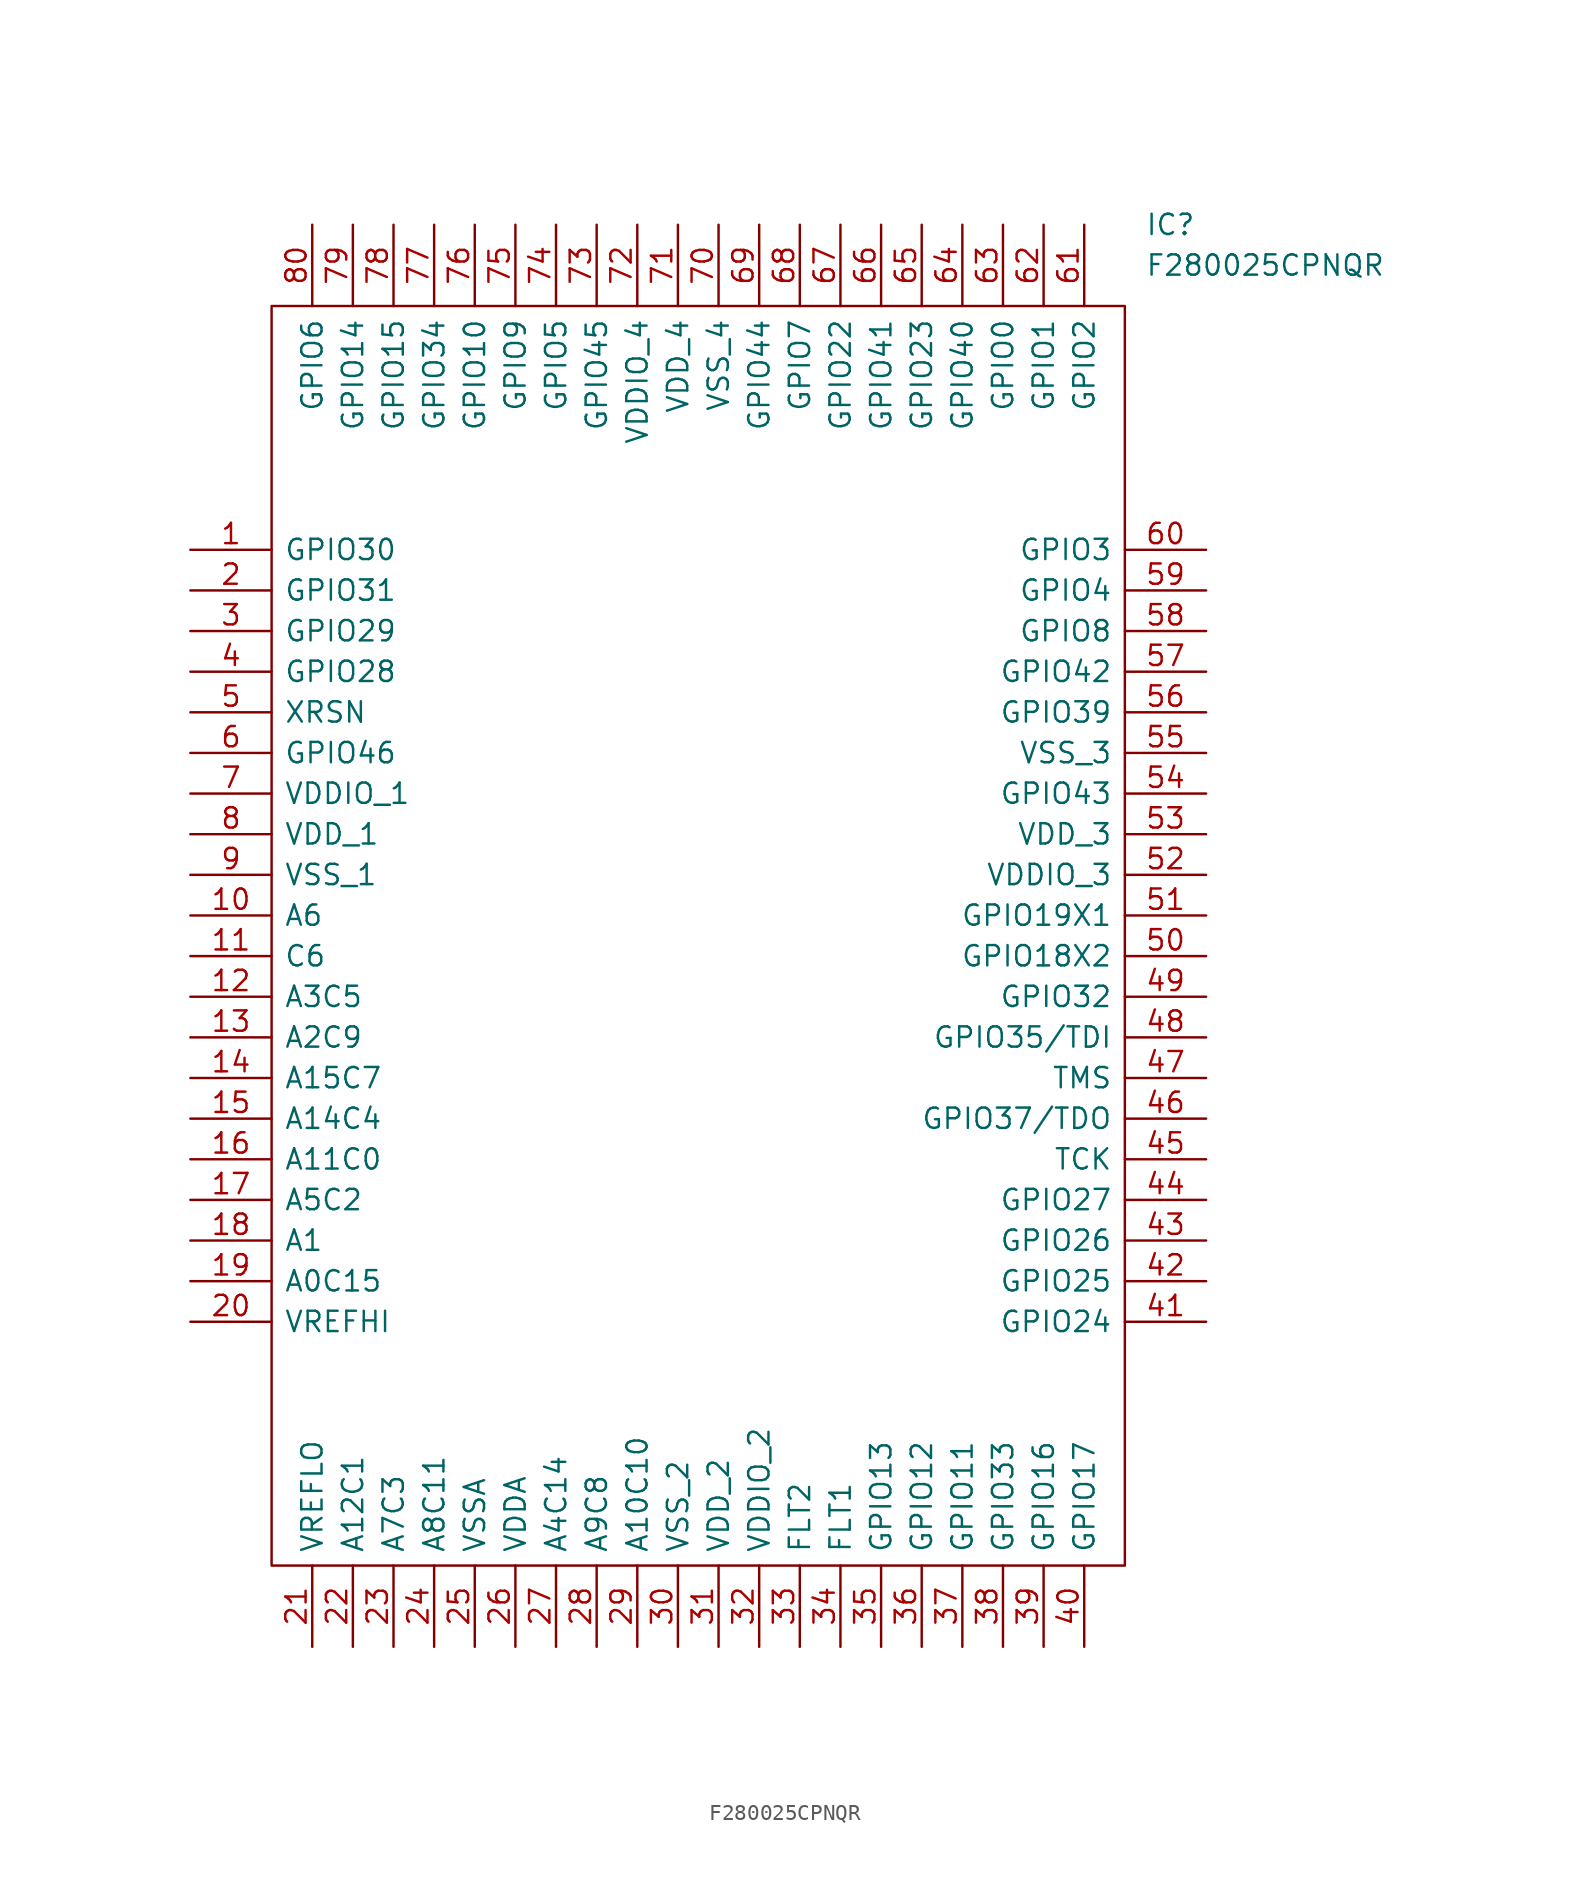
<source format=kicad_sym>
(kicad_symbol_lib
  (version 20211014)
  (generator kicad_symbol_editor)
  (symbol "F280025CPNQR"
    (pin_names
      (offset 0.762))
    (property "Reference" "IC"
      (at 59.69 20.32 0)
      (effects (font (size 1.27 1.27)) (justify left)))
    (property "Value" "F280025CPNQR"
      (at 59.69 17.78 0)
      (effects (font (size 1.27 1.27)) (justify left)))
    (symbol "F280025CPNQR_0_0"
      (pin passive line (at 0 0 0) (length 5.08) (name "GPIO30" (effects (font (size 1.27 1.27)))) (number "1" (effects (font (size 1.27 1.27)))))
      (pin passive line (at 0 -22.86 0) (length 5.08) (name "A6" (effects (font (size 1.27 1.27)))) (number "10" (effects (font (size 1.27 1.27)))))
      (pin passive line (at 0 -25.4 0) (length 5.08) (name "C6" (effects (font (size 1.27 1.27)))) (number "11" (effects (font (size 1.27 1.27)))))
      (pin passive line (at 0 -27.94 0) (length 5.08) (name "A3C5" (effects (font (size 1.27 1.27)))) (number "12" (effects (font (size 1.27 1.27)))))
      (pin passive line (at 0 -30.48 0) (length 5.08) (name "A2C9" (effects (font (size 1.27 1.27)))) (number "13" (effects (font (size 1.27 1.27)))))
      (pin passive line (at 0 -33.02 0) (length 5.08) (name "A15C7" (effects (font (size 1.27 1.27)))) (number "14" (effects (font (size 1.27 1.27)))))
      (pin passive line (at 0 -35.56 0) (length 5.08) (name "A14C4" (effects (font (size 1.27 1.27)))) (number "15" (effects (font (size 1.27 1.27)))))
      (pin passive line (at 0 -38.1 0) (length 5.08) (name "A11C0" (effects (font (size 1.27 1.27)))) (number "16" (effects (font (size 1.27 1.27)))))
      (pin passive line (at 0 -40.64 0) (length 5.08) (name "A5C2" (effects (font (size 1.27 1.27)))) (number "17" (effects (font (size 1.27 1.27)))))
      (pin passive line (at 0 -43.18 0) (length 5.08) (name "A1" (effects (font (size 1.27 1.27)))) (number "18" (effects (font (size 1.27 1.27)))))
      (pin passive line (at 0 -45.72 0) (length 5.08) (name "A0C15" (effects (font (size 1.27 1.27)))) (number "19" (effects (font (size 1.27 1.27)))))
      (pin passive line (at 0 -2.54 0) (length 5.08) (name "GPIO31" (effects (font (size 1.27 1.27)))) (number "2" (effects (font (size 1.27 1.27)))))
      (pin passive line (at 0 -48.26 0) (length 5.08) (name "VREFHI" (effects (font (size 1.27 1.27)))) (number "20" (effects (font (size 1.27 1.27)))))
      (pin passive line (at 7.62 -68.58 90) (length 5.08) (name "VREFLO" (effects (font (size 1.27 1.27)))) (number "21" (effects (font (size 1.27 1.27)))))
      (pin passive line (at 10.16 -68.58 90) (length 5.08) (name "A12C1" (effects (font (size 1.27 1.27)))) (number "22" (effects (font (size 1.27 1.27)))))
      (pin passive line (at 12.7 -68.58 90) (length 5.08) (name "A7C3" (effects (font (size 1.27 1.27)))) (number "23" (effects (font (size 1.27 1.27)))))
      (pin passive line (at 15.24 -68.58 90) (length 5.08) (name "A8C11" (effects (font (size 1.27 1.27)))) (number "24" (effects (font (size 1.27 1.27)))))
      (pin passive line (at 17.78 -68.58 90) (length 5.08) (name "VSSA" (effects (font (size 1.27 1.27)))) (number "25" (effects (font (size 1.27 1.27)))))
      (pin passive line (at 20.32 -68.58 90) (length 5.08) (name "VDDA" (effects (font (size 1.27 1.27)))) (number "26" (effects (font (size 1.27 1.27)))))
      (pin passive line (at 22.86 -68.58 90) (length 5.08) (name "A4C14" (effects (font (size 1.27 1.27)))) (number "27" (effects (font (size 1.27 1.27)))))
      (pin passive line (at 25.4 -68.58 90) (length 5.08) (name "A9C8" (effects (font (size 1.27 1.27)))) (number "28" (effects (font (size 1.27 1.27)))))
      (pin passive line (at 27.94 -68.58 90) (length 5.08) (name "A10C10" (effects (font (size 1.27 1.27)))) (number "29" (effects (font (size 1.27 1.27)))))
      (pin passive line (at 0 -5.08 0) (length 5.08) (name "GPIO29" (effects (font (size 1.27 1.27)))) (number "3" (effects (font (size 1.27 1.27)))))
      (pin passive line (at 30.48 -68.58 90) (length 5.08) (name "VSS_2" (effects (font (size 1.27 1.27)))) (number "30" (effects (font (size 1.27 1.27)))))
      (pin passive line (at 33.02 -68.58 90) (length 5.08) (name "VDD_2" (effects (font (size 1.27 1.27)))) (number "31" (effects (font (size 1.27 1.27)))))
      (pin passive line (at 35.56 -68.58 90) (length 5.08) (name "VDDIO_2" (effects (font (size 1.27 1.27)))) (number "32" (effects (font (size 1.27 1.27)))))
      (pin passive line (at 38.1 -68.58 90) (length 5.08) (name "FLT2" (effects (font (size 1.27 1.27)))) (number "33" (effects (font (size 1.27 1.27)))))
      (pin passive line (at 40.64 -68.58 90) (length 5.08) (name "FLT1" (effects (font (size 1.27 1.27)))) (number "34" (effects (font (size 1.27 1.27)))))
      (pin passive line (at 43.18 -68.58 90) (length 5.08) (name "GPIO13" (effects (font (size 1.27 1.27)))) (number "35" (effects (font (size 1.27 1.27)))))
      (pin passive line (at 45.72 -68.58 90) (length 5.08) (name "GPIO12" (effects (font (size 1.27 1.27)))) (number "36" (effects (font (size 1.27 1.27)))))
      (pin passive line (at 48.26 -68.58 90) (length 5.08) (name "GPIO11" (effects (font (size 1.27 1.27)))) (number "37" (effects (font (size 1.27 1.27)))))
      (pin passive line (at 50.8 -68.58 90) (length 5.08) (name "GPIO33" (effects (font (size 1.27 1.27)))) (number "38" (effects (font (size 1.27 1.27)))))
      (pin passive line (at 53.34 -68.58 90) (length 5.08) (name "GPIO16" (effects (font (size 1.27 1.27)))) (number "39" (effects (font (size 1.27 1.27)))))
      (pin passive line (at 0 -7.62 0) (length 5.08) (name "GPIO28" (effects (font (size 1.27 1.27)))) (number "4" (effects (font (size 1.27 1.27)))))
      (pin passive line (at 55.88 -68.58 90) (length 5.08) (name "GPIO17" (effects (font (size 1.27 1.27)))) (number "40" (effects (font (size 1.27 1.27)))))
      (pin passive line (at 63.5 -48.26 180) (length 5.08) (name "GPIO24" (effects (font (size 1.27 1.27)))) (number "41" (effects (font (size 1.27 1.27)))))
      (pin passive line (at 63.5 -45.72 180) (length 5.08) (name "GPIO25" (effects (font (size 1.27 1.27)))) (number "42" (effects (font (size 1.27 1.27)))))
      (pin passive line (at 63.5 -43.18 180) (length 5.08) (name "GPIO26" (effects (font (size 1.27 1.27)))) (number "43" (effects (font (size 1.27 1.27)))))
      (pin passive line (at 63.5 -40.64 180) (length 5.08) (name "GPIO27" (effects (font (size 1.27 1.27)))) (number "44" (effects (font (size 1.27 1.27)))))
      (pin passive line (at 63.5 -38.1 180) (length 5.08) (name "TCK" (effects (font (size 1.27 1.27)))) (number "45" (effects (font (size 1.27 1.27)))))
      (pin passive line (at 63.5 -35.56 180) (length 5.08) (name "GPIO37/TDO" (effects (font (size 1.27 1.27)))) (number "46" (effects (font (size 1.27 1.27)))))
      (pin passive line (at 63.5 -33.02 180) (length 5.08) (name "TMS" (effects (font (size 1.27 1.27)))) (number "47" (effects (font (size 1.27 1.27)))))
      (pin passive line (at 63.5 -30.48 180) (length 5.08) (name "GPIO35/TDI" (effects (font (size 1.27 1.27)))) (number "48" (effects (font (size 1.27 1.27)))))
      (pin passive line (at 63.5 -27.94 180) (length 5.08) (name "GPIO32" (effects (font (size 1.27 1.27)))) (number "49" (effects (font (size 1.27 1.27)))))
      (pin passive line (at 0 -10.16 0) (length 5.08) (name "XRSN" (effects (font (size 1.27 1.27)))) (number "5" (effects (font (size 1.27 1.27)))))
      (pin passive line (at 63.5 -25.4 180) (length 5.08) (name "GPIO18X2" (effects (font (size 1.27 1.27)))) (number "50" (effects (font (size 1.27 1.27)))))
      (pin passive line (at 63.5 -22.86 180) (length 5.08) (name "GPIO19X1" (effects (font (size 1.27 1.27)))) (number "51" (effects (font (size 1.27 1.27)))))
      (pin passive line (at 63.5 -20.32 180) (length 5.08) (name "VDDIO_3" (effects (font (size 1.27 1.27)))) (number "52" (effects (font (size 1.27 1.27)))))
      (pin passive line (at 63.5 -17.78 180) (length 5.08) (name "VDD_3" (effects (font (size 1.27 1.27)))) (number "53" (effects (font (size 1.27 1.27)))))
      (pin passive line (at 63.5 -15.24 180) (length 5.08) (name "GPIO43" (effects (font (size 1.27 1.27)))) (number "54" (effects (font (size 1.27 1.27)))))
      (pin passive line (at 63.5 -12.7 180) (length 5.08) (name "VSS_3" (effects (font (size 1.27 1.27)))) (number "55" (effects (font (size 1.27 1.27)))))
      (pin passive line (at 63.5 -10.16 180) (length 5.08) (name "GPIO39" (effects (font (size 1.27 1.27)))) (number "56" (effects (font (size 1.27 1.27)))))
      (pin passive line (at 63.5 -7.62 180) (length 5.08) (name "GPIO42" (effects (font (size 1.27 1.27)))) (number "57" (effects (font (size 1.27 1.27)))))
      (pin passive line (at 63.5 -5.08 180) (length 5.08) (name "GPIO8" (effects (font (size 1.27 1.27)))) (number "58" (effects (font (size 1.27 1.27)))))
      (pin passive line (at 63.5 -2.54 180) (length 5.08) (name "GPIO4" (effects (font (size 1.27 1.27)))) (number "59" (effects (font (size 1.27 1.27)))))
      (pin passive line (at 0 -12.7 0) (length 5.08) (name "GPIO46" (effects (font (size 1.27 1.27)))) (number "6" (effects (font (size 1.27 1.27)))))
      (pin passive line (at 63.5 0 180) (length 5.08) (name "GPIO3" (effects (font (size 1.27 1.27)))) (number "60" (effects (font (size 1.27 1.27)))))
      (pin passive line (at 55.88 20.32 270) (length 5.08) (name "GPIO2" (effects (font (size 1.27 1.27)))) (number "61" (effects (font (size 1.27 1.27)))))
      (pin passive line (at 53.34 20.32 270) (length 5.08) (name "GPIO1" (effects (font (size 1.27 1.27)))) (number "62" (effects (font (size 1.27 1.27)))))
      (pin passive line (at 50.8 20.32 270) (length 5.08) (name "GPIO0" (effects (font (size 1.27 1.27)))) (number "63" (effects (font (size 1.27 1.27)))))
      (pin passive line (at 48.26 20.32 270) (length 5.08) (name "GPIO40" (effects (font (size 1.27 1.27)))) (number "64" (effects (font (size 1.27 1.27)))))
      (pin passive line (at 45.72 20.32 270) (length 5.08) (name "GPIO23" (effects (font (size 1.27 1.27)))) (number "65" (effects (font (size 1.27 1.27)))))
      (pin passive line (at 43.18 20.32 270) (length 5.08) (name "GPIO41" (effects (font (size 1.27 1.27)))) (number "66" (effects (font (size 1.27 1.27)))))
      (pin passive line (at 40.64 20.32 270) (length 5.08) (name "GPIO22" (effects (font (size 1.27 1.27)))) (number "67" (effects (font (size 1.27 1.27)))))
      (pin passive line (at 38.1 20.32 270) (length 5.08) (name "GPIO7" (effects (font (size 1.27 1.27)))) (number "68" (effects (font (size 1.27 1.27)))))
      (pin passive line (at 35.56 20.32 270) (length 5.08) (name "GPIO44" (effects (font (size 1.27 1.27)))) (number "69" (effects (font (size 1.27 1.27)))))
      (pin passive line (at 0 -15.24 0) (length 5.08) (name "VDDIO_1" (effects (font (size 1.27 1.27)))) (number "7" (effects (font (size 1.27 1.27)))))
      (pin passive line (at 33.02 20.32 270) (length 5.08) (name "VSS_4" (effects (font (size 1.27 1.27)))) (number "70" (effects (font (size 1.27 1.27)))))
      (pin passive line (at 30.48 20.32 270) (length 5.08) (name "VDD_4" (effects (font (size 1.27 1.27)))) (number "71" (effects (font (size 1.27 1.27)))))
      (pin passive line (at 27.94 20.32 270) (length 5.08) (name "VDDIO_4" (effects (font (size 1.27 1.27)))) (number "72" (effects (font (size 1.27 1.27)))))
      (pin passive line (at 25.4 20.32 270) (length 5.08) (name "GPIO45" (effects (font (size 1.27 1.27)))) (number "73" (effects (font (size 1.27 1.27)))))
      (pin passive line (at 22.86 20.32 270) (length 5.08) (name "GPIO5" (effects (font (size 1.27 1.27)))) (number "74" (effects (font (size 1.27 1.27)))))
      (pin passive line (at 20.32 20.32 270) (length 5.08) (name "GPIO9" (effects (font (size 1.27 1.27)))) (number "75" (effects (font (size 1.27 1.27)))))
      (pin passive line (at 17.78 20.32 270) (length 5.08) (name "GPIO10" (effects (font (size 1.27 1.27)))) (number "76" (effects (font (size 1.27 1.27)))))
      (pin passive line (at 15.24 20.32 270) (length 5.08) (name "GPIO34" (effects (font (size 1.27 1.27)))) (number "77" (effects (font (size 1.27 1.27)))))
      (pin passive line (at 12.7 20.32 270) (length 5.08) (name "GPIO15" (effects (font (size 1.27 1.27)))) (number "78" (effects (font (size 1.27 1.27)))))
      (pin passive line (at 10.16 20.32 270) (length 5.08) (name "GPIO14" (effects (font (size 1.27 1.27)))) (number "79" (effects (font (size 1.27 1.27)))))
      (pin passive line (at 0 -17.78 0) (length 5.08) (name "VDD_1" (effects (font (size 1.27 1.27)))) (number "8" (effects (font (size 1.27 1.27)))))
      (pin passive line (at 7.62 20.32 270) (length 5.08) (name "GPIO6" (effects (font (size 1.27 1.27)))) (number "80" (effects (font (size 1.27 1.27)))))
      (pin passive line (at 0 -20.32 0) (length 5.08) (name "VSS_1" (effects (font (size 1.27 1.27)))) (number "9" (effects (font (size 1.27 1.27))))))
    (symbol "F280025CPNQR_0_1"
      (polyline (pts (xy 5.08 15.24) (xy 58.42 15.24) (xy 58.42 -63.5) (xy 5.08 -63.5) (xy 5.08 15.24)) (stroke (width 0.152) (type default) (color 0 0 0 0)) (fill (type none))))))
</source>
